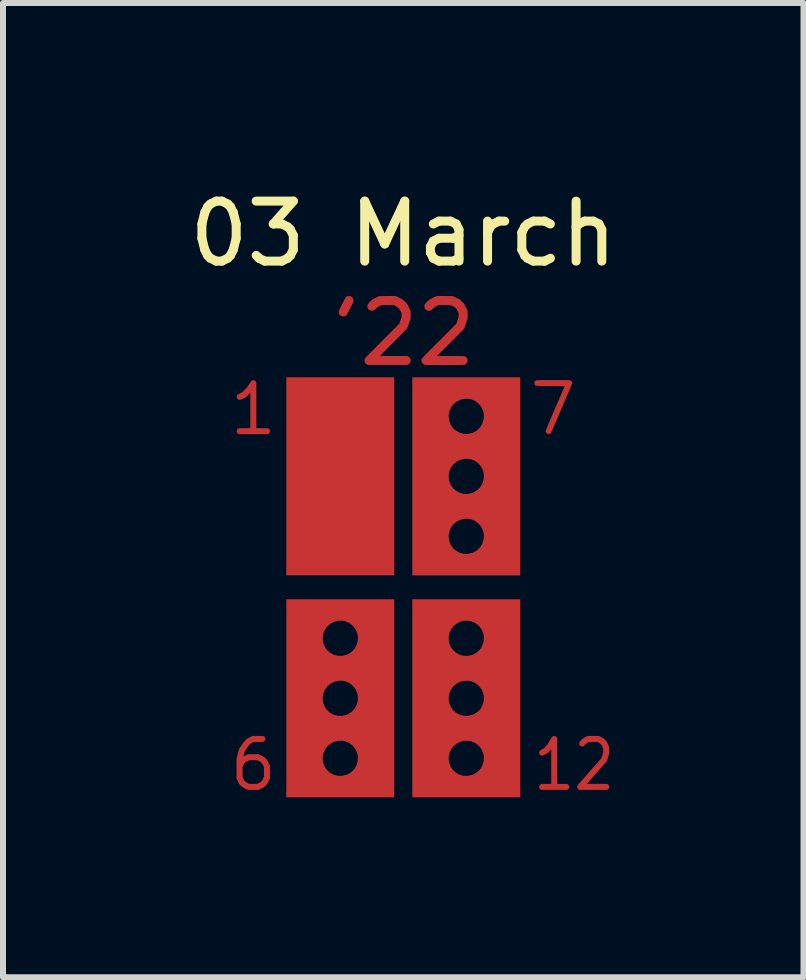
<source format=kicad_pcb>
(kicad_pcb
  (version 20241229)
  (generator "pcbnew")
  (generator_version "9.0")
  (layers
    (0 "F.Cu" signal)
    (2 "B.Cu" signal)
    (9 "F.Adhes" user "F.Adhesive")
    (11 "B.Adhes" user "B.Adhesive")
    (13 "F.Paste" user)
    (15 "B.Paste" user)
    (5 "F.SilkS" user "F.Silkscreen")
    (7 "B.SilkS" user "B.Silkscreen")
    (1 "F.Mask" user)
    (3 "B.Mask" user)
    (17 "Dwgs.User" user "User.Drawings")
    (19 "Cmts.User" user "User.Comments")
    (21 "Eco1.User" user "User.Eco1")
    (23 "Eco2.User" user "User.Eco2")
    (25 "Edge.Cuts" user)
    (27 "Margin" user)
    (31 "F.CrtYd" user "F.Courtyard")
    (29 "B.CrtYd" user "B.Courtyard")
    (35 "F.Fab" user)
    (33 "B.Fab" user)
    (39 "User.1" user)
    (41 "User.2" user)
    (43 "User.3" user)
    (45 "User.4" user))
  (footprint "03 March"
    (layer "F.Cu")
    (at 3.673 6.741)
    (property "Reference" "03 March" (at 0 -5.893 0) (unlocked yes) (layer "F.SilkS") (effects (font (size 1 1) (thickness 0.15))))
    (attr smd)
    (pad "1" smd custom (at -2.718 2.996) (size 0.01 0.01) (layers "F.Cu" "F.Mask" "F.Paste") (options (anchor circle)) (primitives (gr_poly (pts (xy 0.312 -0.518) (xy 0.329 -0.518) (xy 0.342 -0.518) (xy 0.354 -0.518) (xy 0.363 -0.517) (xy 0.37 -0.517) (xy 0.376 -0.517) (xy 0.38 -0.517) (xy 0.383 -0.516) (xy 0.385 -0.516) (xy 0.387 -0.515) (xy 0.389 -0.515) (xy 0.39 -0.514) (xy 0.399 -0.508) (xy 0.408 -0.5) (xy 0.414 -0.49) (xy 0.415 -0.489) (xy 0.417 -0.484) (xy 0.418 -0.479) (xy 0.419 -0.472) (xy 0.419 -0.468) (xy 0.418 -0.46) (xy 0.418 -0.454) (xy 0.416 -0.449) (xy 0.415 -0.447) (xy 0.408 -0.437) (xy 0.4 -0.429) (xy 0.391 -0.423) (xy 0.39 -0.422) (xy 0.388 -0.421) (xy 0.386 -0.421) (xy 0.384 -0.42) (xy 0.381 -0.42) (xy 0.376 -0.419) (xy 0.371 -0.419) (xy 0.364 -0.419) (xy 0.355 -0.418) (xy 0.344 -0.418) (xy 0.33 -0.418) (xy 0.313 -0.418) (xy 0.305 -0.418) (xy 0.227 -0.417) (xy 0.199 -0.403) (xy 0.189 -0.398) (xy 0.182 -0.394) (xy 0.176 -0.39) (xy 0.171 -0.387) (xy 0.167 -0.383) (xy 0.162 -0.379) (xy 0.157 -0.374) (xy 0.155 -0.372) (xy 0.15 -0.367) (xy 0.145 -0.362) (xy 0.141 -0.356) (xy 0.135 -0.349) (xy 0.129 -0.341) (xy 0.122 -0.331) (xy 0.114 -0.319) (xy 0.106 -0.306) (xy 0.072 -0.257) (xy 0.063 -0.219) (xy 0.06 -0.208) (xy 0.057 -0.198) (xy 0.055 -0.19) (xy 0.054 -0.184) (xy 0.053 -0.18) (xy 0.053 -0.179) (xy 0.054 -0.179) (xy 0.058 -0.18) (xy 0.064 -0.183) (xy 0.072 -0.187) (xy 0.081 -0.191) (xy 0.09 -0.195) (xy 0.128 -0.214) (xy 0.307 -0.214) (xy 0.399 -0.168) (xy 0.424 -0.143) (xy 0.449 -0.118) (xy 0.472 -0.072) (xy 0.495 -0.026) (xy 0.495 0.193) (xy 0.472 0.239) (xy 0.449 0.285) (xy 0.424 0.31) (xy 0.399 0.335) (xy 0.353 0.358) (xy 0.307 0.381) (xy 0.22 0.381) (xy 0.199 0.381) (xy 0.182 0.381) (xy 0.168 0.381) (xy 0.156 0.381) (xy 0.146 0.381) (xy 0.138 0.38) (xy 0.133 0.38) (xy 0.129 0.38) (xy 0.127 0.379) (xy 0.126 0.379) (xy 0.123 0.378) (xy 0.118 0.375) (xy 0.11 0.372) (xy 0.1 0.367) (xy 0.09 0.362) (xy 0.079 0.356) (xy 0.077 0.355) (xy 0.034 0.334) (xy 0.009 0.309) (xy -0.017 0.284) (xy -0.039 0.238) (xy -0.062 0.193) (xy -0.062 0.167) (xy 0.038 0.167) (xy 0.053 0.196) (xy 0.058 0.206) (xy 0.062 0.214) (xy 0.065 0.22) (xy 0.069 0.225) (xy 0.072 0.229) (xy 0.076 0.233) (xy 0.08 0.238) (xy 0.08 0.238) (xy 0.085 0.243) (xy 0.089 0.246) (xy 0.094 0.25) (xy 0.099 0.253) (xy 0.106 0.257) (xy 0.114 0.261) (xy 0.123 0.266) (xy 0.153 0.281) (xy 0.217 0.281) (xy 0.281 0.281) (xy 0.309 0.267) (xy 0.319 0.261) (xy 0.327 0.257) (xy 0.333 0.254) (xy 0.338 0.251) (xy 0.343 0.247) (xy 0.347 0.243) (xy 0.351 0.239) (xy 0.356 0.234) (xy 0.36 0.23) (xy 0.363 0.226) (xy 0.367 0.221) (xy 0.37 0.216) (xy 0.374 0.208) (xy 0.379 0.198) (xy 0.38 0.196) (xy 0.395 0.167) (xy 0.395 0) (xy 0.38 -0.029) (xy 0.375 -0.039) (xy 0.371 -0.047) (xy 0.367 -0.053) (xy 0.364 -0.058) (xy 0.361 -0.062) (xy 0.357 -0.066) (xy 0.353 -0.071) (xy 0.351 -0.072) (xy 0.346 -0.077) (xy 0.342 -0.081) (xy 0.337 -0.084) (xy 0.332 -0.088) (xy 0.326 -0.091) (xy 0.318 -0.095) (xy 0.309 -0.1) (xy 0.281 -0.114) (xy 0.154 -0.114) (xy 0.123 -0.099) (xy 0.113 -0.094) (xy 0.105 -0.089) (xy 0.099 -0.086) (xy 0.093 -0.083) (xy 0.089 -0.079) (xy 0.085 -0.076) (xy 0.08 -0.071) (xy 0.076 -0.067) (xy 0.072 -0.063) (xy 0.069 -0.059) (xy 0.066 -0.054) (xy 0.062 -0.048) (xy 0.058 -0.04) (xy 0.053 -0.03) (xy 0.053 -0.029) (xy 0.038 0) (xy 0.038 0.167) (xy -0.062 0.167) (xy -0.062 0.031) (xy -0.063 -0.132) (xy -0.042 -0.215) (xy -0.038 -0.231) (xy -0.034 -0.246) (xy -0.03 -0.261) (xy -0.027 -0.273) (xy -0.024 -0.284) (xy -0.022 -0.293) (xy -0.02 -0.299) (xy -0.019 -0.302) (xy -0.018 -0.303) (xy -0.017 -0.305) (xy -0.014 -0.31) (xy -0.009 -0.316) (xy -0.003 -0.325) (xy 0.003 -0.335) (xy 0.011 -0.347) (xy 0.019 -0.359) (xy 0.025 -0.367) (xy 0.034 -0.381) (xy 0.043 -0.393) (xy 0.049 -0.403) (xy 0.055 -0.411) (xy 0.06 -0.418) (xy 0.064 -0.423) (xy 0.069 -0.428) (xy 0.073 -0.433) (xy 0.077 -0.438) (xy 0.082 -0.442) (xy 0.087 -0.448) (xy 0.088 -0.449) (xy 0.111 -0.472) (xy 0.157 -0.495) (xy 0.203 -0.518) (xy 0.293 -0.518)) (width 0) (fill yes))))
    (pad "1" smd custom (at -2.515 -2.794) (size 0.01 0.01) (layers "F.Cu" "F.Mask" "F.Paste") (options (anchor circle)) (primitives (gr_poly (pts (xy 0.025 -0.658) (xy 0.037 -0.654) (xy 0.047 -0.647) (xy 0.055 -0.639) (xy 0.061 -0.629) (xy 0.065 -0.622) (xy 0.065 0.14) (xy 0.161 0.141) (xy 0.182 0.141) (xy 0.199 0.141) (xy 0.213 0.141) (xy 0.225 0.141) (xy 0.235 0.141) (xy 0.243 0.142) (xy 0.249 0.142) (xy 0.253 0.142) (xy 0.257 0.143) (xy 0.26 0.143) (xy 0.262 0.144) (xy 0.264 0.144) (xy 0.265 0.145) (xy 0.275 0.151) (xy 0.283 0.159) (xy 0.289 0.169) (xy 0.29 0.17) (xy 0.292 0.175) (xy 0.293 0.18) (xy 0.294 0.187) (xy 0.294 0.191) (xy 0.294 0.199) (xy 0.293 0.205) (xy 0.291 0.21) (xy 0.29 0.212) (xy 0.283 0.222) (xy 0.275 0.23) (xy 0.266 0.236) (xy 0.265 0.237) (xy 0.257 0.24) (xy 0.018 0.241) (xy -0.014 0.241) (xy -0.044 0.241) (xy -0.071 0.241) (xy -0.095 0.241) (xy -0.116 0.241) (xy -0.135 0.241) (xy -0.152 0.241) (xy -0.166 0.241) (xy -0.178 0.241) (xy -0.189 0.241) (xy -0.198 0.24) (xy -0.205 0.24) (xy -0.211 0.24) (xy -0.216 0.24) (xy -0.22 0.24) (xy -0.223 0.239) (xy -0.225 0.239) (xy -0.227 0.239) (xy -0.228 0.238) (xy -0.229 0.238) (xy -0.24 0.233) (xy -0.249 0.225) (xy -0.255 0.216) (xy -0.26 0.206) (xy -0.262 0.196) (xy -0.262 0.185) (xy -0.259 0.174) (xy -0.255 0.164) (xy -0.248 0.155) (xy -0.238 0.148) (xy -0.233 0.145) (xy -0.231 0.144) (xy -0.23 0.144) (xy -0.228 0.143) (xy -0.225 0.143) (xy -0.221 0.142) (xy -0.217 0.142) (xy -0.21 0.142) (xy -0.202 0.141) (xy -0.193 0.141) (xy -0.181 0.141) (xy -0.166 0.141) (xy -0.149 0.141) (xy -0.13 0.141) (xy -0.035 0.14) (xy -0.035 -0.449) (xy -0.071 -0.413) (xy -0.107 -0.377) (xy -0.198 -0.332) (xy -0.212 -0.332) (xy -0.22 -0.332) (xy -0.226 -0.333) (xy -0.231 -0.334) (xy -0.234 -0.336) (xy -0.244 -0.343) (xy -0.253 -0.352) (xy -0.258 -0.36) (xy -0.261 -0.369) (xy -0.262 -0.379) (xy -0.261 -0.39) (xy -0.259 -0.399) (xy -0.258 -0.402) (xy -0.256 -0.407) (xy -0.253 -0.411) (xy -0.249 -0.415) (xy -0.244 -0.419) (xy -0.238 -0.424) (xy -0.229 -0.428) (xy -0.219 -0.434) (xy -0.206 -0.441) (xy -0.204 -0.442) (xy -0.166 -0.461) (xy -0.131 -0.497) (xy -0.095 -0.533) (xy -0.058 -0.588) (xy -0.048 -0.603) (xy -0.04 -0.616) (xy -0.033 -0.626) (xy -0.027 -0.634) (xy -0.022 -0.64) (xy -0.018 -0.645) (xy -0.014 -0.649) (xy -0.011 -0.652) (xy -0.007 -0.654) (xy -0.003 -0.655) (xy 0.001 -0.657) (xy 0.001 -0.657) (xy 0.013 -0.659)) (width 0) (fill yes))))
    (pad "1" smd custom (at -1.651 0.508) (size 0.2 0.2) (layers "F.Cu" "F.Mask" "F.Paste") (options (anchor circle)) (primitives (gr_poly (pts (xy 1.501 2.993) (xy -0.299 2.993) (xy -0.299 2.342) (xy 0.307 2.342) (xy 0.316 2.417) (xy 0.341 2.483) (xy 0.38 2.539) (xy 0.431 2.584) (xy 0.49 2.616) (xy 0.557 2.634) (xy 0.627 2.635) (xy 0.699 2.619) (xy 0.726 2.609) (xy 0.788 2.57) (xy 0.836 2.52) (xy 0.87 2.461) (xy 0.89 2.395) (xy 0.895 2.327) (xy 0.884 2.259) (xy 0.857 2.195) (xy 0.813 2.137) (xy 0.81 2.134) (xy 0.752 2.088) (xy 0.688 2.06) (xy 0.622 2.049) (xy 0.557 2.052) (xy 0.493 2.07) (xy 0.435 2.101) (xy 0.385 2.143) (xy 0.345 2.197) (xy 0.319 2.261) (xy 0.307 2.333) (xy 0.307 2.342) (xy -0.299 2.342) (xy -0.299 1.342) (xy 0.307 1.342) (xy 0.316 1.416) (xy 0.341 1.482) (xy 0.38 1.539) (xy 0.431 1.584) (xy 0.49 1.616) (xy 0.557 1.633) (xy 0.627 1.635) (xy 0.699 1.619) (xy 0.726 1.608) (xy 0.788 1.57) (xy 0.836 1.52) (xy 0.87 1.46) (xy 0.89 1.395) (xy 0.895 1.327) (xy 0.884 1.259) (xy 0.857 1.194) (xy 0.813 1.137) (xy 0.81 1.133) (xy 0.752 1.088) (xy 0.688 1.06) (xy 0.622 1.048) (xy 0.557 1.052) (xy 0.493 1.069) (xy 0.435 1.1) (xy 0.385 1.143) (xy 0.345 1.197) (xy 0.319 1.26) (xy 0.307 1.333) (xy 0.307 1.342) (xy -0.299 1.342) (xy -0.299 0.342) (xy 0.307 0.342) (xy 0.316 0.416) (xy 0.341 0.482) (xy 0.38 0.538) (xy 0.431 0.583) (xy 0.49 0.615) (xy 0.557 0.633) (xy 0.627 0.635) (xy 0.699 0.619) (xy 0.726 0.608) (xy 0.788 0.57) (xy 0.836 0.519) (xy 0.87 0.46) (xy 0.89 0.394) (xy 0.895 0.326) (xy 0.884 0.258) (xy 0.857 0.194) (xy 0.813 0.136) (xy 0.81 0.133) (xy 0.752 0.087) (xy 0.688 0.059) (xy 0.622 0.048) (xy 0.557 0.051) (xy 0.493 0.069) (xy 0.435 0.1) (xy 0.385 0.143) (xy 0.345 0.196) (xy 0.319 0.26) (xy 0.307 0.332) (xy 0.307 0.342) (xy -0.299 0.342) (xy -0.299 -0.309) (xy 1.501 -0.309)) (width 0) (fill yes))))
    (pad "1" smd custom (at -1.448 -0.432) (size 0.01 0.01) (layers "F.Cu" "F.Mask" "F.Paste") (options (anchor circle)) (primitives (gr_poly (pts (xy 1.298 0.232) (xy -0.502 0.232) (xy -0.502 -3.069) (xy 1.298 -3.069)) (width 0) (fill yes))))
    (pad "1" smd custom (at -0.914 -4.75) (size 0.01 0.01) (layers "F.Cu" "F.Mask" "F.Paste") (options (anchor circle)) (primitives (gr_poly (pts (xy 0.028 -0.104) (xy 0.043 -0.099) (xy 0.057 -0.09) (xy 0.063 -0.085) (xy 0.074 -0.071) (xy 0.08 -0.057) (xy 0.083 -0.04) (xy 0.084 -0.031) (xy 0.084 -0.012) (xy 0.03 0.095) (xy 0.017 0.122) (xy 0.005 0.144) (xy -0.004 0.163) (xy -0.013 0.178) (xy -0.02 0.191) (xy -0.026 0.201) (xy -0.031 0.208) (xy -0.036 0.214) (xy -0.04 0.219) (xy -0.045 0.222) (xy -0.05 0.225) (xy -0.055 0.228) (xy -0.056 0.228) (xy -0.068 0.232) (xy -0.082 0.234) (xy -0.097 0.234) (xy -0.109 0.231) (xy -0.109 0.231) (xy -0.126 0.223) (xy -0.14 0.212) (xy -0.151 0.197) (xy -0.159 0.181) (xy -0.162 0.163) (xy -0.162 0.152) (xy -0.16 0.146) (xy -0.157 0.137) (xy -0.151 0.124) (xy -0.144 0.109) (xy -0.136 0.091) (xy -0.127 0.072) (xy -0.117 0.052) (xy -0.107 0.031) (xy -0.097 0.011) (xy -0.086 -0.009) (xy -0.077 -0.028) (xy -0.067 -0.045) (xy -0.059 -0.06) (xy -0.052 -0.072) (xy -0.047 -0.08) (xy -0.043 -0.085) (xy -0.031 -0.095) (xy -0.018 -0.102) (xy -0.003 -0.105) (xy 0.01 -0.106)) (width 0) (fill yes))))
    (pad "1" smd custom (at 0.076 -4.572) (size 0.01 0.01) (layers "F.Cu" "F.Mask" "F.Paste") (options (anchor circle)) (primitives (gr_poly (pts (xy -0.263 -0.284) (xy -0.244 -0.284) (xy -0.229 -0.284) (xy -0.218 -0.283) (xy -0.209 -0.283) (xy -0.203 -0.282) (xy -0.199 -0.282) (xy -0.199 -0.282) (xy -0.194 -0.28) (xy -0.185 -0.276) (xy -0.173 -0.27) (xy -0.16 -0.263) (xy -0.145 -0.256) (xy -0.136 -0.251) (xy -0.083 -0.224) (xy -0.014 -0.155) (xy 0.014 -0.102) (xy 0.021 -0.086) (xy 0.029 -0.072) (xy 0.035 -0.059) (xy 0.04 -0.048) (xy 0.043 -0.041) (xy 0.044 -0.039) (xy 0.045 -0.033) (xy 0.046 -0.025) (xy 0.046 -0.014) (xy 0.047 0.001) (xy 0.047 0.021) (xy 0.046 0.033) (xy 0.046 0.095) (xy 0.02 0.168) (xy 0.014 0.187) (xy 0.008 0.204) (xy 0.002 0.22) (xy -0.003 0.233) (xy -0.006 0.243) (xy -0.009 0.25) (xy -0.009 0.251) (xy -0.011 0.254) (xy -0.014 0.258) (xy -0.02 0.264) (xy -0.027 0.272) (xy -0.037 0.283) (xy -0.05 0.296) (xy -0.064 0.311) (xy -0.082 0.329) (xy -0.102 0.35) (xy -0.125 0.373) (xy -0.152 0.399) (xy -0.181 0.429) (xy -0.214 0.462) (xy -0.24 0.488) (xy -0.466 0.715) (xy -0.237 0.716) (xy -0.199 0.716) (xy -0.165 0.716) (xy -0.135 0.716) (xy -0.109 0.716) (xy -0.087 0.716) (xy -0.068 0.716) (xy -0.052 0.716) (xy -0.039 0.717) (xy -0.029 0.717) (xy -0.021 0.717) (xy -0.014 0.718) (xy -0.009 0.718) (xy -0.006 0.719) (xy -0.003 0.719) (xy -0.000429 0.72) (xy 0.002 0.721) (xy 0.003 0.722) (xy 0.017 0.73) (xy 0.029 0.743) (xy 0.039 0.757) (xy 0.04 0.758) (xy 0.043 0.766) (xy 0.045 0.775) (xy 0.046 0.785) (xy 0.046 0.79) (xy 0.045 0.802) (xy 0.044 0.811) (xy 0.041 0.819) (xy 0.04 0.822) (xy 0.03 0.837) (xy 0.018 0.85) (xy 0.004 0.859) (xy 0.003 0.859) (xy -0.009 0.865) (xy -0.334 0.865) (xy -0.381 0.865) (xy -0.423 0.865) (xy -0.461 0.865) (xy -0.495 0.865) (xy -0.524 0.865) (xy -0.55 0.865) (xy -0.573 0.865) (xy -0.592 0.865) (xy -0.609 0.865) (xy -0.623 0.865) (xy -0.635 0.865) (xy -0.644 0.864) (xy -0.652 0.864) (xy -0.658 0.864) (xy -0.662 0.863) (xy -0.666 0.863) (xy -0.669 0.862) (xy -0.671 0.862) (xy -0.672 0.861) (xy -0.689 0.853) (xy -0.702 0.842) (xy -0.713 0.827) (xy -0.719 0.811) (xy -0.722 0.793) (xy -0.721 0.775) (xy -0.715 0.758) (xy -0.714 0.756) (xy -0.712 0.753) (xy -0.708 0.748) (xy -0.703 0.743) (xy -0.697 0.736) (xy -0.689 0.727) (xy -0.679 0.717) (xy -0.667 0.704) (xy -0.653 0.69) (xy -0.637 0.674) (xy -0.618 0.655) (xy -0.597 0.633) (xy -0.573 0.609) (xy -0.547 0.582) (xy -0.517 0.553) (xy -0.484 0.52) (xy -0.448 0.484) (xy -0.426 0.461) (xy -0.142 0.177) (xy -0.104 0.063) (xy -0.104 0.032) (xy -0.104 0.001) (xy -0.12 -0.031) (xy -0.128 -0.045) (xy -0.134 -0.057) (xy -0.141 -0.066) (xy -0.148 -0.074) (xy -0.154 -0.081) (xy -0.162 -0.089) (xy -0.17 -0.095) (xy -0.178 -0.101) (xy -0.187 -0.107) (xy -0.2 -0.114) (xy -0.205 -0.116) (xy -0.239 -0.134) (xy -0.438 -0.134) (xy -0.471 -0.117) (xy -0.484 -0.111) (xy -0.494 -0.105) (xy -0.503 -0.099) (xy -0.511 -0.093) (xy -0.52 -0.085) (xy -0.53 -0.075) (xy -0.544 -0.062) (xy -0.555 -0.053) (xy -0.564 -0.046) (xy -0.574 -0.042) (xy -0.583 -0.04) (xy -0.594 -0.039) (xy -0.6 -0.038) (xy -0.618 -0.04) (xy -0.633 -0.045) (xy -0.647 -0.054) (xy -0.653 -0.059) (xy -0.664 -0.073) (xy -0.671 -0.087) (xy -0.674 -0.104) (xy -0.674 -0.113) (xy -0.674 -0.123) (xy -0.673 -0.133) (xy -0.67 -0.141) (xy -0.666 -0.149) (xy -0.659 -0.158) (xy -0.65 -0.169) (xy -0.638 -0.181) (xy -0.629 -0.191) (xy -0.595 -0.224) (xy -0.536 -0.254) (xy -0.476 -0.283) (xy -0.343 -0.284) (xy -0.312 -0.284) (xy -0.285 -0.284)) (width 0) (fill yes))))
    (pad "1" smd custom (at 0.381 -1.524) (size 0.2 0.2) (layers "F.Cu" "F.Mask" "F.Paste") (options (anchor circle)) (primitives (gr_poly (pts (xy 1.569 1.325) (xy -0.231 1.325) (xy -0.231 0.674) (xy 0.375 0.674) (xy 0.384 0.749) (xy 0.409 0.815) (xy 0.448 0.871) (xy 0.499 0.916) (xy 0.558 0.948) (xy 0.625 0.966) (xy 0.695 0.967) (xy 0.767 0.951) (xy 0.794 0.941) (xy 0.856 0.902) (xy 0.904 0.852) (xy 0.938 0.793) (xy 0.958 0.727) (xy 0.963 0.659) (xy 0.952 0.591) (xy 0.925 0.527) (xy 0.881 0.469) (xy 0.878 0.466) (xy 0.82 0.42) (xy 0.756 0.392) (xy 0.69 0.381) (xy 0.625 0.384) (xy 0.561 0.402) (xy 0.503 0.433) (xy 0.453 0.475) (xy 0.413 0.529) (xy 0.387 0.593) (xy 0.375 0.665) (xy 0.375 0.674) (xy -0.231 0.674) (xy -0.231 -0.326) (xy 0.375 -0.326) (xy 0.384 -0.252) (xy 0.409 -0.186) (xy 0.448 -0.129) (xy 0.499 -0.084) (xy 0.558 -0.052) (xy 0.625 -0.035) (xy 0.695 -0.033) (xy 0.767 -0.049) (xy 0.794 -0.06) (xy 0.856 -0.098) (xy 0.904 -0.148) (xy 0.938 -0.208) (xy 0.958 -0.273) (xy 0.963 -0.341) (xy 0.952 -0.409) (xy 0.925 -0.474) (xy 0.881 -0.531) (xy 0.878 -0.535) (xy 0.82 -0.58) (xy 0.756 -0.608) (xy 0.69 -0.62) (xy 0.625 -0.616) (xy 0.561 -0.599) (xy 0.503 -0.568) (xy 0.453 -0.525) (xy 0.413 -0.471) (xy 0.387 -0.408) (xy 0.375 -0.335) (xy 0.375 -0.326) (xy -0.231 -0.326) (xy -0.231 -1.326) (xy 0.375 -1.326) (xy 0.384 -1.252) (xy 0.409 -1.186) (xy 0.448 -1.13) (xy 0.499 -1.085) (xy 0.558 -1.053) (xy 0.625 -1.035) (xy 0.695 -1.033) (xy 0.767 -1.049) (xy 0.794 -1.06) (xy 0.856 -1.098) (xy 0.904 -1.149) (xy 0.938 -1.208) (xy 0.958 -1.274) (xy 0.963 -1.342) (xy 0.952 -1.41) (xy 0.925 -1.474) (xy 0.881 -1.532) (xy 0.878 -1.535) (xy 0.82 -1.581) (xy 0.756 -1.609) (xy 0.69 -1.62) (xy 0.625 -1.617) (xy 0.561 -1.599) (xy 0.503 -1.568) (xy 0.453 -1.525) (xy 0.413 -1.472) (xy 0.387 -1.408) (xy 0.375 -1.336) (xy 0.375 -1.326) (xy -0.231 -1.326) (xy -0.231 -1.977) (xy 1.569 -1.977)) (width 0) (fill yes))))
    (pad "1" smd custom (at 0.381 1.016) (size 0.2 0.2) (layers "F.Cu" "F.Mask" "F.Paste") (options (anchor circle)) (primitives (gr_poly (pts (xy 1.569 2.485) (xy -0.231 2.485) (xy -0.231 1.834) (xy 0.375 1.834) (xy 0.384 1.909) (xy 0.409 1.975) (xy 0.448 2.031) (xy 0.499 2.076) (xy 0.558 2.108) (xy 0.625 2.126) (xy 0.695 2.127) (xy 0.767 2.111) (xy 0.794 2.101) (xy 0.856 2.062) (xy 0.904 2.012) (xy 0.938 1.953) (xy 0.958 1.887) (xy 0.963 1.819) (xy 0.952 1.751) (xy 0.925 1.687) (xy 0.881 1.629) (xy 0.878 1.626) (xy 0.82 1.58) (xy 0.756 1.552) (xy 0.69 1.541) (xy 0.625 1.544) (xy 0.561 1.562) (xy 0.503 1.593) (xy 0.453 1.635) (xy 0.413 1.689) (xy 0.387 1.753) (xy 0.375 1.825) (xy 0.375 1.834) (xy -0.231 1.834) (xy -0.231 0.834) (xy 0.375 0.834) (xy 0.384 0.908) (xy 0.409 0.974) (xy 0.448 1.031) (xy 0.499 1.076) (xy 0.558 1.108) (xy 0.625 1.125) (xy 0.695 1.127) (xy 0.767 1.111) (xy 0.794 1.1) (xy 0.856 1.062) (xy 0.904 1.012) (xy 0.938 0.952) (xy 0.958 0.887) (xy 0.963 0.819) (xy 0.952 0.751) (xy 0.925 0.686) (xy 0.881 0.629) (xy 0.878 0.625) (xy 0.82 0.58) (xy 0.756 0.552) (xy 0.69 0.54) (xy 0.625 0.544) (xy 0.561 0.561) (xy 0.503 0.592) (xy 0.453 0.635) (xy 0.413 0.689) (xy 0.387 0.752) (xy 0.375 0.825) (xy 0.375 0.834) (xy -0.231 0.834) (xy -0.231 -0.166) (xy 0.375 -0.166) (xy 0.384 -0.092) (xy 0.409 -0.026) (xy 0.448 0.03) (xy 0.499 0.075) (xy 0.558 0.107) (xy 0.625 0.125) (xy 0.695 0.127) (xy 0.767 0.111) (xy 0.794 0.1) (xy 0.856 0.062) (xy 0.904 0.011) (xy 0.938 -0.048) (xy 0.958 -0.114) (xy 0.963 -0.182) (xy 0.952 -0.25) (xy 0.925 -0.314) (xy 0.881 -0.372) (xy 0.878 -0.375) (xy 0.82 -0.421) (xy 0.756 -0.449) (xy 0.69 -0.46) (xy 0.625 -0.457) (xy 0.561 -0.439) (xy 0.503 -0.408) (xy 0.453 -0.365) (xy 0.413 -0.312) (xy 0.387 -0.248) (xy 0.375 -0.176) (xy 0.375 -0.166) (xy -0.231 -0.166) (xy -0.231 -0.817) (xy 1.569 -0.817)) (width 0) (fill yes))))
    (pad "1" smd custom (at 0.965 -4.724) (size 0.01 0.01) (layers "F.Cu" "F.Mask" "F.Paste") (options (anchor circle)) (primitives (gr_poly (pts (xy -0.308 -0.132) (xy -0.277 -0.132) (xy -0.272 -0.132) (xy -0.138 -0.131) (xy -0.079 -0.101) (xy -0.019 -0.072) (xy 0.015 -0.037) (xy 0.05 -0.002) (xy 0.078 0.055) (xy 0.107 0.113) (xy 0.108 0.177) (xy 0.108 0.241) (xy 0.082 0.321) (xy 0.076 0.34) (xy 0.069 0.358) (xy 0.064 0.375) (xy 0.059 0.388) (xy 0.055 0.399) (xy 0.053 0.406) (xy 0.052 0.408) (xy 0.05 0.411) (xy 0.044 0.417) (xy 0.036 0.426) (xy 0.024 0.438) (xy 0.01 0.452) (xy -0.006 0.469) (xy -0.025 0.488) (xy -0.046 0.509) (xy -0.069 0.532) (xy -0.093 0.557) (xy -0.118 0.582) (xy -0.145 0.609) (xy -0.173 0.637) (xy -0.177 0.642) (xy -0.403 0.867) (xy -0.175 0.868) (xy -0.136 0.868) (xy -0.102 0.868) (xy -0.073 0.868) (xy -0.047 0.868) (xy -0.025 0.869) (xy -0.006 0.869) (xy 0.009 0.869) (xy 0.022 0.869) (xy 0.032 0.869) (xy 0.041 0.87) (xy 0.047 0.87) (xy 0.052 0.871) (xy 0.056 0.871) (xy 0.058 0.872) (xy 0.061 0.873) (xy 0.063 0.873) (xy 0.064 0.874) (xy 0.078 0.883) (xy 0.091 0.895) (xy 0.1 0.91) (xy 0.101 0.911) (xy 0.105 0.925) (xy 0.107 0.941) (xy 0.106 0.957) (xy 0.102 0.972) (xy 0.101 0.975) (xy 0.091 0.989) (xy 0.079 1.002) (xy 0.065 1.011) (xy 0.064 1.012) (xy 0.052 1.017) (xy -0.273 1.018) (xy -0.32 1.018) (xy -0.362 1.018) (xy -0.4 1.018) (xy -0.433 1.018) (xy -0.463 1.018) (xy -0.489 1.018) (xy -0.512 1.018) (xy -0.531 1.018) (xy -0.548 1.017) (xy -0.562 1.017) (xy -0.573 1.017) (xy -0.583 1.017) (xy -0.591 1.017) (xy -0.597 1.016) (xy -0.601 1.016) (xy -0.605 1.015) (xy -0.608 1.015) (xy -0.61 1.014) (xy -0.611 1.014) (xy -0.627 1.006) (xy -0.641 0.994) (xy -0.651 0.98) (xy -0.658 0.963) (xy -0.661 0.946) (xy -0.66 0.928) (xy -0.654 0.91) (xy -0.652 0.908) (xy -0.65 0.904) (xy -0.645 0.899) (xy -0.639 0.892) (xy -0.631 0.884) (xy -0.621 0.873) (xy -0.609 0.861) (xy -0.595 0.846) (xy -0.578 0.829) (xy -0.559 0.81) (xy -0.538 0.788) (xy -0.513 0.763) (xy -0.486 0.736) (xy -0.455 0.705) (xy -0.422 0.671) (xy -0.385 0.634) (xy -0.364 0.614) (xy -0.08 0.329) (xy -0.061 0.274) (xy -0.043 0.218) (xy -0.043 0.152) (xy -0.059 0.12) (xy -0.069 0.1) (xy -0.079 0.084) (xy -0.09 0.071) (xy -0.102 0.06) (xy -0.116 0.05) (xy -0.134 0.04) (xy -0.142 0.036) (xy -0.176 0.019) (xy -0.376 0.019) (xy -0.41 0.036) (xy -0.424 0.044) (xy -0.435 0.049) (xy -0.443 0.055) (xy -0.451 0.061) (xy -0.46 0.069) (xy -0.47 0.078) (xy -0.47 0.078) (xy -0.483 0.091) (xy -0.494 0.1) (xy -0.504 0.107) (xy -0.514 0.111) (xy -0.524 0.113) (xy -0.536 0.114) (xy -0.539 0.114) (xy -0.557 0.112) (xy -0.572 0.107) (xy -0.586 0.099) (xy -0.592 0.093) (xy -0.603 0.08) (xy -0.61 0.065) (xy -0.613 0.049) (xy -0.613 0.04) (xy -0.613 0.03) (xy -0.611 0.021) (xy -0.609 0.012) (xy -0.604 0.004) (xy -0.598 -0.005) (xy -0.588 -0.015) (xy -0.576 -0.028) (xy -0.566 -0.038) (xy -0.531 -0.072) (xy -0.479 -0.099) (xy -0.463 -0.107) (xy -0.449 -0.114) (xy -0.436 -0.12) (xy -0.425 -0.125) (xy -0.418 -0.128) (xy -0.416 -0.129) (xy -0.412 -0.13) (xy -0.406 -0.13) (xy -0.398 -0.131) (xy -0.387 -0.131) (xy -0.373 -0.132) (xy -0.355 -0.132) (xy -0.333 -0.132)) (width 0) (fill yes))))
    (pad "1" smd custom (at 2.667 3.353) (size 0.01 0.01) (layers "F.Cu" "F.Mask" "F.Paste") (options (anchor circle)) (primitives (gr_poly (pts (xy -0.137 -0.873) (xy -0.126 -0.868) (xy -0.117 -0.862) (xy -0.109 -0.853) (xy -0.105 -0.846) (xy -0.101 -0.838) (xy -0.101 -0.457) (xy -0.1 -0.076) (xy 0.062 -0.075) (xy 0.071 -0.071) (xy 0.081 -0.064) (xy 0.09 -0.054) (xy 0.095 -0.047) (xy 0.097 -0.041) (xy 0.098 -0.036) (xy 0.099 -0.029) (xy 0.099 -0.025) (xy 0.099 -0.018) (xy 0.098 -0.012) (xy 0.096 -0.007) (xy 0.095 -0.004) (xy 0.088 0.007) (xy 0.078 0.015) (xy 0.071 0.02) (xy 0.062 0.024) (xy -0.149 0.024) (xy -0.181 0.024) (xy -0.21 0.024) (xy -0.236 0.024) (xy -0.259 0.024) (xy -0.279 0.024) (xy -0.297 0.024) (xy -0.312 0.024) (xy -0.325 0.024) (xy -0.336 0.024) (xy -0.345 0.024) (xy -0.353 0.024) (xy -0.358 0.023) (xy -0.362 0.023) (xy -0.365 0.023) (xy -0.367 0.023) (xy -0.367 0.023) (xy -0.378 0.018) (xy -0.387 0.01) (xy -0.394 0.002) (xy -0.399 -0.008) (xy -0.402 -0.019) (xy -0.402 -0.03) (xy -0.4 -0.041) (xy -0.395 -0.051) (xy -0.388 -0.06) (xy -0.379 -0.068) (xy -0.373 -0.071) (xy -0.365 -0.075) (xy -0.283 -0.075) (xy -0.201 -0.076) (xy -0.201 -0.364) (xy -0.201 -0.395) (xy -0.201 -0.424) (xy -0.201 -0.453) (xy -0.201 -0.48) (xy -0.201 -0.506) (xy -0.201 -0.531) (xy -0.201 -0.553) (xy -0.201 -0.574) (xy -0.201 -0.593) (xy -0.201 -0.609) (xy -0.201 -0.623) (xy -0.201 -0.635) (xy -0.201 -0.643) (xy -0.202 -0.649) (xy -0.202 -0.652) (xy -0.202 -0.652) (xy -0.203 -0.651) (xy -0.206 -0.648) (xy -0.211 -0.643) (xy -0.216 -0.636) (xy -0.223 -0.628) (xy -0.226 -0.625) (xy -0.233 -0.617) (xy -0.239 -0.61) (xy -0.245 -0.604) (xy -0.25 -0.599) (xy -0.252 -0.596) (xy -0.253 -0.596) (xy -0.256 -0.593) (xy -0.262 -0.59) (xy -0.269 -0.586) (xy -0.278 -0.581) (xy -0.288 -0.575) (xy -0.298 -0.569) (xy -0.308 -0.564) (xy -0.317 -0.559) (xy -0.325 -0.555) (xy -0.332 -0.551) (xy -0.337 -0.549) (xy -0.338 -0.549) (xy -0.35 -0.547) (xy -0.361 -0.548) (xy -0.373 -0.551) (xy -0.383 -0.558) (xy -0.392 -0.566) (xy -0.398 -0.575) (xy -0.401 -0.585) (xy -0.402 -0.595) (xy -0.401 -0.606) (xy -0.399 -0.615) (xy -0.398 -0.618) (xy -0.395 -0.623) (xy -0.392 -0.627) (xy -0.387 -0.632) (xy -0.381 -0.636) (xy -0.374 -0.641) (xy -0.364 -0.647) (xy -0.352 -0.655) (xy -0.349 -0.656) (xy -0.316 -0.675) (xy -0.288 -0.708) (xy -0.259 -0.741) (xy -0.225 -0.799) (xy -0.216 -0.814) (xy -0.209 -0.826) (xy -0.202 -0.836) (xy -0.198 -0.844) (xy -0.193 -0.85) (xy -0.19 -0.855) (xy -0.187 -0.859) (xy -0.185 -0.861) (xy -0.183 -0.863) (xy -0.182 -0.864) (xy -0.172 -0.87) (xy -0.16 -0.874) (xy -0.149 -0.875)) (width 0) (fill yes))))
    (pad "1" smd custom (at 2.692 -3.251) (size 0.01 0.01) (layers "F.Cu" "F.Mask" "F.Paste") (options (anchor circle)) (primitives (gr_poly (pts (xy -0.139 -0.204) (xy -0.094 -0.204) (xy -0.055 -0.204) (xy -0.022 -0.204) (xy 0.006 -0.204) (xy 0.028 -0.204) (xy 0.047 -0.203) (xy 0.062 -0.203) (xy 0.073 -0.202) (xy 0.082 -0.202) (xy 0.088 -0.201) (xy 0.093 -0.2) (xy 0.096 -0.199) (xy 0.099 -0.198) (xy 0.099 -0.197) (xy 0.112 -0.187) (xy 0.121 -0.173) (xy 0.125 -0.157) (xy 0.125 -0.155) (xy 0.124 -0.15) (xy 0.12 -0.14) (xy 0.113 -0.123) (xy 0.104 -0.101) (xy 0.093 -0.075) (xy 0.08 -0.044) (xy 0.066 -0.01) (xy 0.05 0.028) (xy 0.033 0.068) (xy 0.015 0.111) (xy -0.004 0.155) (xy -0.023 0.201) (xy -0.043 0.247) (xy -0.063 0.293) (xy -0.082 0.339) (xy -0.102 0.384) (xy -0.12 0.428) (xy -0.138 0.47) (xy -0.155 0.509) (xy -0.171 0.546) (xy -0.186 0.579) (xy -0.198 0.608) (xy -0.209 0.632) (xy -0.218 0.652) (xy -0.224 0.666) (xy -0.228 0.674) (xy -0.229 0.676) (xy -0.238 0.685) (xy -0.251 0.692) (xy -0.266 0.696) (xy -0.27 0.696) (xy -0.28 0.694) (xy -0.292 0.69) (xy -0.293 0.689) (xy -0.306 0.679) (xy -0.315 0.664) (xy -0.319 0.648) (xy -0.319 0.646) (xy -0.318 0.641) (xy -0.313 0.63) (xy -0.306 0.612) (xy -0.297 0.589) (xy -0.286 0.561) (xy -0.272 0.529) (xy -0.256 0.492) (xy -0.239 0.451) (xy -0.22 0.406) (xy -0.2 0.359) (xy -0.178 0.308) (xy -0.16 0.266) (xy -0.001 -0.102) (xy -0.239 -0.104) (xy -0.288 -0.105) (xy -0.331 -0.105) (xy -0.367 -0.105) (xy -0.397 -0.106) (xy -0.422 -0.106) (xy -0.442 -0.107) (xy -0.458 -0.108) (xy -0.471 -0.109) (xy -0.48 -0.111) (xy -0.487 -0.113) (xy -0.492 -0.116) (xy -0.495 -0.119) (xy -0.498 -0.122) (xy -0.5 -0.127) (xy -0.502 -0.132) (xy -0.502 -0.132) (xy -0.507 -0.15) (xy -0.506 -0.168) (xy -0.498 -0.184) (xy -0.485 -0.196) (xy -0.482 -0.197) (xy -0.479 -0.199) (xy -0.476 -0.2) (xy -0.471 -0.201) (xy -0.465 -0.201) (xy -0.457 -0.202) (xy -0.446 -0.203) (xy -0.431 -0.203) (xy -0.413 -0.203) (xy -0.391 -0.204) (xy -0.364 -0.204) (xy -0.331 -0.204) (xy -0.293 -0.204) (xy -0.248 -0.204) (xy -0.197 -0.204) (xy -0.191 -0.204)) (width 0) (fill yes))))
    (pad "1" smd custom (at 3.277 3.327) (size 0.01 0.01) (layers "F.Cu" "F.Mask" "F.Paste") (options (anchor circle)) (primitives (gr_poly (pts (xy -0.089 -0.85) (xy -0.074 -0.85) (xy -0.06 -0.849) (xy -0.047 -0.849) (xy -0.035 -0.849) (xy -0.026 -0.849) (xy -0.019 -0.848) (xy -0.014 -0.848) (xy -0.014 -0.848) (xy -0.011 -0.847) (xy -0.005 -0.844) (xy 0.003 -0.84) (xy 0.012 -0.835) (xy 0.022 -0.829) (xy 0.032 -0.824) (xy 0.072 -0.801) (xy 0.091 -0.78) (xy 0.098 -0.772) (xy 0.104 -0.765) (xy 0.109 -0.759) (xy 0.113 -0.755) (xy 0.114 -0.752) (xy 0.116 -0.749) (xy 0.119 -0.744) (xy 0.123 -0.736) (xy 0.127 -0.727) (xy 0.132 -0.716) (xy 0.137 -0.705) (xy 0.138 -0.704) (xy 0.156 -0.661) (xy 0.157 -0.613) (xy 0.157 -0.565) (xy 0.139 -0.5) (xy 0.134 -0.483) (xy 0.13 -0.468) (xy 0.126 -0.456) (xy 0.123 -0.446) (xy 0.12 -0.439) (xy 0.118 -0.434) (xy 0.116 -0.43) (xy 0.116 -0.429) (xy 0.114 -0.427) (xy 0.111 -0.423) (xy 0.105 -0.416) (xy 0.098 -0.408) (xy 0.088 -0.397) (xy 0.078 -0.385) (xy 0.066 -0.371) (xy 0.052 -0.356) (xy 0.038 -0.339) (xy 0.022 -0.321) (xy 0.005 -0.302) (xy -0.012 -0.282) (xy -0.03 -0.261) (xy -0.049 -0.24) (xy -0.052 -0.236) (xy -0.216 -0.05) (xy -0.048 -0.05) (xy -0.021 -0.05) (xy 0.003 -0.05) (xy 0.025 -0.05) (xy 0.043 -0.05) (xy 0.059 -0.05) (xy 0.073 -0.05) (xy 0.084 -0.049) (xy 0.094 -0.049) (xy 0.102 -0.049) (xy 0.108 -0.049) (xy 0.113 -0.049) (xy 0.117 -0.048) (xy 0.12 -0.048) (xy 0.123 -0.048) (xy 0.124 -0.047) (xy 0.126 -0.047) (xy 0.127 -0.046) (xy 0.128 -0.046) (xy 0.137 -0.04) (xy 0.145 -0.032) (xy 0.152 -0.022) (xy 0.152 -0.021) (xy 0.155 -0.012) (xy 0.157 -0.001) (xy 0.156 0.01) (xy 0.153 0.019) (xy 0.152 0.021) (xy 0.146 0.031) (xy 0.138 0.039) (xy 0.128 0.046) (xy 0.128 0.046) (xy 0.12 0.049) (xy -0.108 0.05) (xy -0.141 0.05) (xy -0.171 0.05) (xy -0.197 0.05) (xy -0.221 0.05) (xy -0.242 0.05) (xy -0.261 0.05) (xy -0.277 0.05) (xy -0.292 0.05) (xy -0.304 0.05) (xy -0.314 0.049) (xy -0.322 0.049) (xy -0.329 0.049) (xy -0.334 0.049) (xy -0.338 0.049) (xy -0.341 0.048) (xy -0.342 0.048) (xy -0.343 0.048) (xy -0.354 0.043) (xy -0.363 0.035) (xy -0.371 0.026) (xy -0.376 0.015) (xy -0.378 0.003) (xy -0.378 -0.000019) (xy -0.377 -0.01) (xy -0.374 -0.02) (xy -0.369 -0.028) (xy -0.368 -0.029) (xy -0.367 -0.031) (xy -0.364 -0.035) (xy -0.358 -0.041) (xy -0.351 -0.049) (xy -0.342 -0.059) (xy -0.332 -0.071) (xy -0.32 -0.084) (xy -0.308 -0.099) (xy -0.293 -0.115) (xy -0.279 -0.132) (xy -0.263 -0.15) (xy -0.246 -0.169) (xy -0.229 -0.188) (xy -0.212 -0.208) (xy -0.194 -0.229) (xy -0.176 -0.249) (xy -0.158 -0.27) (xy -0.14 -0.29) (xy -0.122 -0.31) (xy -0.105 -0.33) (xy -0.088 -0.349) (xy -0.072 -0.368) (xy -0.056 -0.385) (xy -0.041 -0.402) (xy -0.028 -0.417) (xy -0.016 -0.431) (xy -0.005 -0.444) (xy 0.005 -0.455) (xy 0.013 -0.464) (xy 0.019 -0.471) (xy 0.024 -0.476) (xy 0.025 -0.477) (xy 0.027 -0.48) (xy 0.029 -0.485) (xy 0.031 -0.493) (xy 0.034 -0.503) (xy 0.038 -0.514) (xy 0.042 -0.527) (xy 0.042 -0.529) (xy 0.056 -0.578) (xy 0.056 -0.637) (xy 0.044 -0.666) (xy 0.039 -0.677) (xy 0.036 -0.685) (xy 0.032 -0.691) (xy 0.029 -0.696) (xy 0.026 -0.7) (xy 0.023 -0.704) (xy 0.019 -0.709) (xy 0.014 -0.714) (xy 0.01 -0.718) (xy 0.005 -0.722) (xy -0.001 -0.726) (xy -0.008 -0.73) (xy -0.017 -0.735) (xy -0.041 -0.749) (xy -0.18 -0.749) (xy -0.204 -0.735) (xy -0.213 -0.73) (xy -0.22 -0.726) (xy -0.225 -0.722) (xy -0.23 -0.719) (xy -0.234 -0.714) (xy -0.24 -0.708) (xy -0.245 -0.702) (xy -0.254 -0.693) (xy -0.262 -0.686) (xy -0.268 -0.68) (xy -0.275 -0.677) (xy -0.281 -0.675) (xy -0.289 -0.674) (xy -0.294 -0.674) (xy -0.307 -0.675) (xy -0.317 -0.678) (xy -0.326 -0.684) (xy -0.33 -0.688) (xy -0.337 -0.697) (xy -0.342 -0.707) (xy -0.344 -0.719) (xy -0.344 -0.723) (xy -0.344 -0.729) (xy -0.343 -0.735) (xy -0.341 -0.741) (xy -0.338 -0.747) (xy -0.333 -0.753) (xy -0.327 -0.761) (xy -0.319 -0.771) (xy -0.314 -0.777) (xy -0.292 -0.801) (xy -0.253 -0.824) (xy -0.242 -0.83) (xy -0.232 -0.835) (xy -0.223 -0.84) (xy -0.216 -0.844) (xy -0.21 -0.847) (xy -0.207 -0.848) (xy -0.204 -0.848) (xy -0.198 -0.849) (xy -0.189 -0.849) (xy -0.178 -0.849) (xy -0.166 -0.849) (xy -0.152 -0.85) (xy -0.137 -0.85) (xy -0.121 -0.85) (xy -0.105 -0.85)) (width 0) (fill yes)))))
  (gr_rect
    (start -3 -3)
    (end 10.345 13.242)
    (stroke (width 0.1) (type default))
    (fill no)
    (layer "Edge.Cuts")))
</source>
